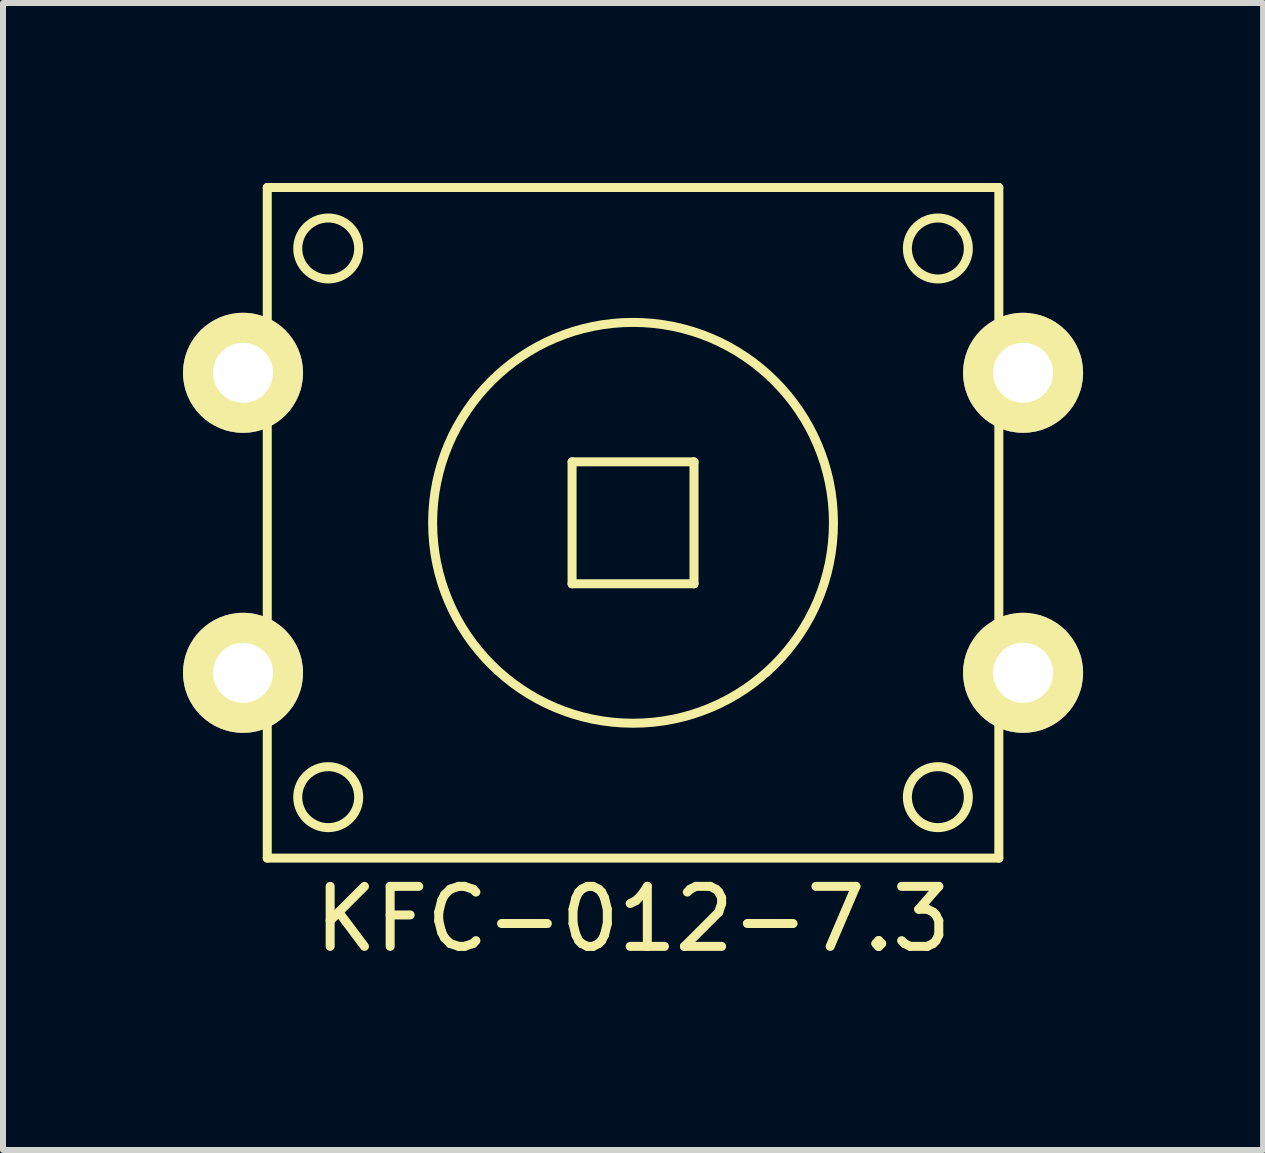
<source format=kicad_pcb>
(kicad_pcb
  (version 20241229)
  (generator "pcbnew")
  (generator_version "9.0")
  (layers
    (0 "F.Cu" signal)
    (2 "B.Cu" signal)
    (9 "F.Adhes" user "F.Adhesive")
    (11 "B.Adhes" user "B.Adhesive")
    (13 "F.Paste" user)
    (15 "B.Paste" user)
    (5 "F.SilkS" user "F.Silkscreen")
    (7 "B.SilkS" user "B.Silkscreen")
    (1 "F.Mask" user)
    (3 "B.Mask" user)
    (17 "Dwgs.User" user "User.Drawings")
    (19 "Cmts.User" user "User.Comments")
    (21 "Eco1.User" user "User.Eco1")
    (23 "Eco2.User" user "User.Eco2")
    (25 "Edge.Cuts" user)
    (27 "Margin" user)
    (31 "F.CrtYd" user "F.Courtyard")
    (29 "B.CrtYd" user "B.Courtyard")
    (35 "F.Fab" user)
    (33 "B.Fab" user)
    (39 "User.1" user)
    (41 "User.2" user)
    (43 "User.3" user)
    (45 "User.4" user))
  (footprint "KFC-012-7.3"
    (layer "F.Cu")
    (at 7.5 5.663)
    (property "Reference" "KFC-012-7.3" (at 0 6.604 0) (layer "F.SilkS") (effects (font (size 1 1) (thickness 0.15))))
    (attr through_hole)
    (fp_line (start -6.096 5.588) (end -6.096 -5.588) (stroke (width 0.15) (type solid)) (layer "F.SilkS"))
    (fp_line (start -6.096 5.588) (end 6.096 5.588) (stroke (width 0.15) (type solid)) (layer "F.SilkS"))
    (fp_line (start -1.016 -1.016) (end 1.016 -1.016) (stroke (width 0.15) (type solid)) (layer "F.SilkS"))
    (fp_line (start -1.016 1.016) (end -1.016 -1.016) (stroke (width 0.15) (type solid)) (layer "F.SilkS"))
    (fp_line (start 1.016 -1.016) (end 1.016 1.016) (stroke (width 0.15) (type solid)) (layer "F.SilkS"))
    (fp_line (start 1.016 1.016) (end -1.016 1.016) (stroke (width 0.15) (type solid)) (layer "F.SilkS"))
    (fp_line (start 6.096 -5.588) (end -6.096 -5.588) (stroke (width 0.15) (type solid)) (layer "F.SilkS"))
    (fp_line (start 6.096 -5.588) (end 6.096 5.588) (stroke (width 0.15) (type solid)) (layer "F.SilkS"))
    (fp_circle (center -5.08 -4.572) (end -4.572 -4.572) (stroke (width 0.15) (type solid)) (fill no) (layer "F.SilkS"))
    (fp_circle (center -5.08 4.572) (end -4.572 4.572) (stroke (width 0.15) (type solid)) (fill no) (layer "F.SilkS"))
    (fp_circle (center 0 0) (end 3.34 0) (stroke (width 0.15) (type solid)) (fill no) (layer "F.SilkS"))
    (fp_circle (center 5.08 -4.572) (end 4.572 -4.572) (stroke (width 0.15) (type solid)) (fill no) (layer "F.SilkS"))
    (fp_circle (center 5.08 4.572) (end 5.588 4.572) (stroke (width 0.15) (type solid)) (fill no) (layer "F.SilkS"))
    (pad "1" thru_hole circle (at -6.5 -2.5) (size 2 2) (drill 1) (layers "*.Cu" "*.Mask" "F.SilkS"))
    (pad "2" thru_hole circle (at -6.5 2.5) (size 2 2) (drill 1) (layers "*.Cu" "*.Mask" "F.SilkS"))
    (pad "3" thru_hole circle (at 6.5 2.5) (size 2 2) (drill 1) (layers "*.Cu" "*.Mask" "F.SilkS"))
    (pad "4" thru_hole circle (at 6.5 -2.5) (size 2 2) (drill 1) (layers "*.Cu" "*.Mask" "F.SilkS")))
  (gr_rect
    (start -3 -3)
    (end 18 16.115)
    (stroke (width 0.1) (type default))
    (fill no)
    (layer "Edge.Cuts")))
</source>
